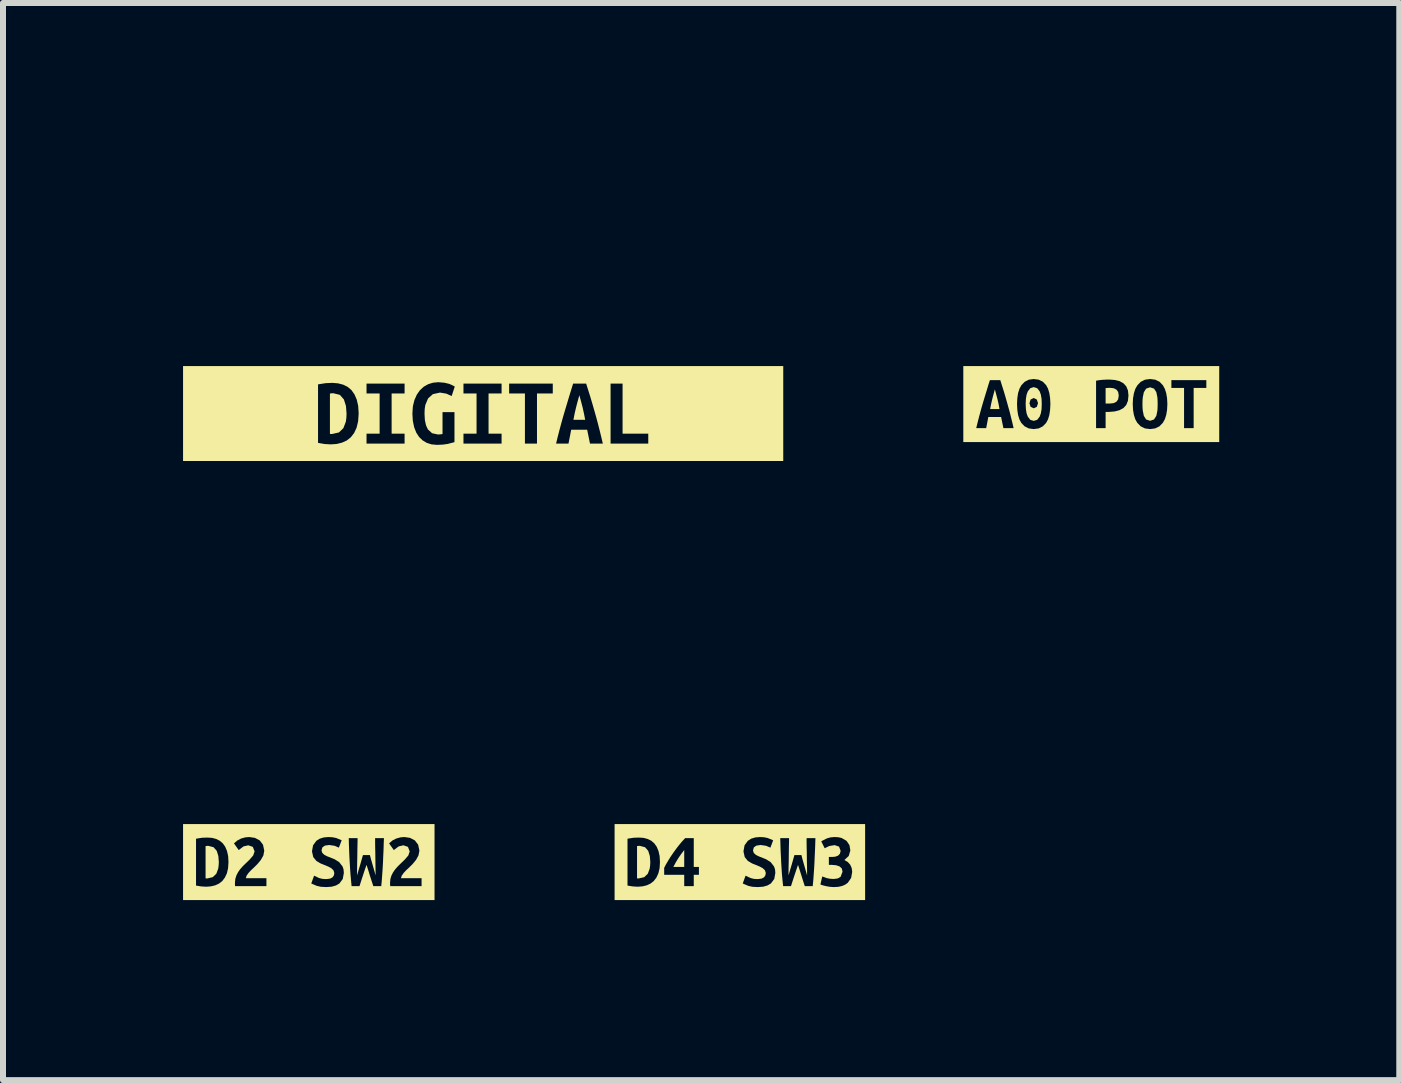
<source format=kicad_pcb>
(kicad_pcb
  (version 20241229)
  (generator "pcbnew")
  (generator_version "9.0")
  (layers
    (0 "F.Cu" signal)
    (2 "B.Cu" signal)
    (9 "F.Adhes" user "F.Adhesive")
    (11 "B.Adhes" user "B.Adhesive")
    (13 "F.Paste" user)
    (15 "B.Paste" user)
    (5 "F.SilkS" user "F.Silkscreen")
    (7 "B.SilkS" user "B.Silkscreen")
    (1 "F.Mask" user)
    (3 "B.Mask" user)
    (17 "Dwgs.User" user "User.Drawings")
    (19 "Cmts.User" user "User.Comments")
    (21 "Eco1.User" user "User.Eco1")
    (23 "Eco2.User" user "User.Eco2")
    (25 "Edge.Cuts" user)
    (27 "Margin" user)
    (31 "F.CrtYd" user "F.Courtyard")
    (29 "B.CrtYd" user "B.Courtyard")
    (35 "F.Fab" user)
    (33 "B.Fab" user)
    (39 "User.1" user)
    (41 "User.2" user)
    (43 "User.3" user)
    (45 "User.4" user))
  (footprint "kibuzzard-67A121DF"
    (layer "F.Cu")
    (at 2.095 11.313)
    (property "Reference" "kibuzzard-67A121DF" (at 0 -3.681 0) (layer "F.SilkS") (effects (font (size 0.001 0.001) (thickness 0.15))))
    (attr board_only exclude_from_pos_files exclude_from_bom)
    (fp_poly (pts (xy -1.72 0.271) (xy -1.706 0.273) (xy -1.692 0.273) (xy -1.601 0.252) (xy -1.541 0.195) (xy -1.509 0.109) (xy -1.502 0.057) (xy -1.499 0) (xy -1.507 -0.101) (xy -1.534 -0.187) (xy -1.587 -0.247) (xy -1.674 -0.27) (xy -1.697 -0.269) (xy -1.72 -0.266) (xy -1.72 0.271)) (stroke (width 0) (type solid)) (fill yes) (layer "F.SilkS"))
    (fp_poly (pts (xy -1.879 -0.633) (xy -2.095 -0.633) (xy -2.095 0.633) (xy -1.879 0.633) (xy -1.709 0.633) (xy -1.709 0.411) (xy -1.792 0.406) (xy -1.879 0.392) (xy -1.879 -0.389) (xy -1.777 -0.405) (xy -1.688 -0.408) (xy -1.612 -0.403) (xy -1.544 -0.385) (xy -1.484 -0.355) (xy -1.433 -0.312) (xy -1.393 -0.256) (xy -1.363 -0.185) (xy -1.344 -0.101) (xy -1.338 0) (xy -1.345 0.103) (xy -1.365 0.189) (xy -1.399 0.26) (xy -1.442 0.317) (xy -1.496 0.359) (xy -1.559 0.388) (xy -1.631 0.405) (xy -1.709 0.411) (xy -1.709 0.633) (xy -0.706 0.633) (xy -0.706 0.401) (xy -1.228 0.401) (xy -1.231 0.368) (xy -1.23 0.341) (xy -1.224 0.279) (xy -1.206 0.222) (xy -1.179 0.17) (xy -1.146 0.122) (xy -1.108 0.078) (xy -1.067 0.037) (xy -1.026 -0.002) (xy -0.988 -0.039) (xy -0.927 -0.109) (xy -0.903 -0.177) (xy -0.933 -0.253) (xy -1.008 -0.279) (xy -1.087 -0.261) (xy -1.168 -0.2) (xy -1.247 -0.311) (xy -1.191 -0.359) (xy -1.128 -0.392) (xy -1.06 -0.411) (xy -0.993 -0.417) (xy -0.898 -0.403) (xy -0.818 -0.361) (xy -0.763 -0.289) (xy -0.742 -0.189) (xy -0.757 -0.109) (xy -0.799 -0.035) (xy -0.857 0.035) (xy -0.923 0.1) (xy -0.962 0.136) (xy -1.003 0.18) (xy -1.036 0.226) (xy -1.049 0.269) (xy -0.706 0.269) (xy -0.706 0.401) (xy -0.706 0.633) (xy 0.289 0.633) (xy 0.289 0.417) (xy 0.2 0.412) (xy 0.131 0.396) (xy 0.041 0.357) (xy 0.088 0.227) (xy 0.171 0.266) (xy 0.225 0.28) (xy 0.289 0.284) (xy 0.356 0.276) (xy 0.398 0.253) (xy 0.419 0.219) (xy 0.425 0.181) (xy 0.411 0.137) (xy 0.375 0.103) (xy 0.326 0.076) (xy 0.271 0.053) (xy 0.196 0.023) (xy 0.126 -0.019) (xy 0.074 -0.083) (xy 0.053 -0.178) (xy 0.071 -0.279) (xy 0.126 -0.354) (xy 0.181 -0.389) (xy 0.248 -0.41) (xy 0.327 -0.417) (xy 0.396 -0.413) (xy 0.456 -0.401) (xy 0.548 -0.363) (xy 0.501 -0.24) (xy 0.43 -0.271) (xy 0.339 -0.284) (xy 0.268 -0.274) (xy 0.226 -0.244) (xy 0.212 -0.193) (xy 0.225 -0.152) (xy 0.258 -0.121) (xy 0.303 -0.097) (xy 0.353 -0.078) (xy 0.431 -0.046) (xy 0.506 0.001) (xy 0.562 0.073) (xy 0.579 0.122) (xy 0.584 0.182) (xy 0.566 0.282) (xy 0.511 0.356) (xy 0.454 0.39) (xy 0.38 0.411) (xy 0.289 0.417) (xy 0.289 0.633) (xy 1.207 0.633) (xy 1.207 0.401) (xy 1.075 0.401) (xy 1.047 0.316) (xy 1.018 0.226) (xy 0.99 0.134) (xy 0.962 0.047) (xy 0.932 0.132) (xy 0.902 0.224) (xy 0.872 0.316) (xy 0.845 0.401) (xy 0.713 0.401) (xy 0.704 0.309) (xy 0.695 0.211) (xy 0.688 0.111) (xy 0.682 0.008) (xy 0.676 -0.095) (xy 0.672 -0.198) (xy 0.668 -0.301) (xy 0.666 -0.399) (xy 0.813 -0.399) (xy 0.812 -0.322) (xy 0.81 -0.242) (xy 0.809 -0.16) (xy 0.808 -0.079) (xy 0.806 0.000323) (xy 0.805 0.078) (xy 0.804 0.153) (xy 0.804 0.222) (xy 0.83 0.132) (xy 0.859 0.035) (xy 0.884 -0.053) (xy 0.902 -0.116) (xy 1.018 -0.116) (xy 1.034 -0.056) (xy 1.057 0.025) (xy 1.084 0.119) (xy 1.113 0.222) (xy 1.112 0.153) (xy 1.111 0.078) (xy 1.11 0.000485) (xy 1.109 -0.079) (xy 1.108 -0.159) (xy 1.106 -0.241) (xy 1.105 -0.322) (xy 1.105 -0.399) (xy 1.252 -0.399) (xy 1.248 -0.3) (xy 1.245 -0.197) (xy 1.24 -0.093) (xy 1.236 0.01) (xy 1.23 0.112) (xy 1.223 0.212) (xy 1.216 0.309) (xy 1.207 0.401) (xy 1.207 0.633) (xy 1.879 0.633) (xy 1.879 0.401) (xy 1.357 0.401) (xy 1.354 0.368) (xy 1.354 0.341) (xy 1.36 0.279) (xy 1.378 0.222) (xy 1.405 0.17) (xy 1.439 0.122) (xy 1.477 0.078) (xy 1.518 0.037) (xy 1.559 -0.002) (xy 1.597 -0.039) (xy 1.658 -0.109) (xy 1.681 -0.177) (xy 1.652 -0.253) (xy 1.577 -0.279) (xy 1.498 -0.261) (xy 1.416 -0.2) (xy 1.338 -0.311) (xy 1.393 -0.359) (xy 1.457 -0.392) (xy 1.525 -0.411) (xy 1.592 -0.417) (xy 1.687 -0.403) (xy 1.767 -0.361) (xy 1.822 -0.289) (xy 1.843 -0.189) (xy 1.827 -0.109) (xy 1.786 -0.035) (xy 1.728 0.035) (xy 1.662 0.1) (xy 1.623 0.136) (xy 1.582 0.18) (xy 1.549 0.226) (xy 1.535 0.269) (xy 1.879 0.269) (xy 1.879 0.401) (xy 1.879 0.633) (xy 2.095 0.633) (xy 2.095 -0.633) (xy 1.879 -0.633) (xy -1.879 -0.633)) (stroke (width 0) (type solid)) (fill yes) (layer "F.SilkS")))
  (footprint "kibuzzard-67A121CB"
    (layer "F.Cu")
    (at 15.132 3.682)
    (property "Reference" "kibuzzard-67A121CB" (at 0 -3.681 0) (layer "F.SilkS") (effects (font (size 0.001 0.001) (thickness 0.15))))
    (attr board_only exclude_from_pos_files exclude_from_bom)
    (fp_poly (pts (xy -1.606 -0.244) (xy -1.63 -0.158) (xy -1.651 -0.078) (xy -1.669 0.001) (xy -1.685 0.084) (xy -1.529 0.084) (xy -1.544 0.001) (xy -1.562 -0.078) (xy -1.583 -0.158) (xy -1.606 -0.244)) (stroke (width 0) (type solid)) (fill yes) (layer "F.SilkS"))
    (fp_poly (pts (xy 0.318 -0.27) (xy 0.279 -0.269) (xy 0.239 -0.266) (xy 0.239 -0.008) (xy 0.304 -0.008) (xy 0.371 -0.015) (xy 0.419 -0.038) (xy 0.448 -0.079) (xy 0.458 -0.142) (xy 0.448 -0.202) (xy 0.419 -0.241) (xy 0.375 -0.263) (xy 0.318 -0.27)) (stroke (width 0) (type solid)) (fill yes) (layer "F.SilkS"))
    (fp_poly (pts (xy 0.853 0) (xy 0.854 0.056) (xy 0.858 0.109) (xy 0.876 0.198) (xy 0.914 0.257) (xy 0.98 0.279) (xy 1.045 0.257) (xy 1.084 0.197) (xy 1.102 0.109) (xy 1.105 0.056) (xy 1.106 0) (xy 1.105 -0.056) (xy 1.102 -0.109) (xy 1.084 -0.198) (xy 1.046 -0.257) (xy 0.98 -0.279) (xy 0.914 -0.257) (xy 0.876 -0.197) (xy 0.858 -0.109) (xy 0.854 -0.056) (xy 0.853 0)) (stroke (width 0) (type solid)) (fill yes) (layer "F.SilkS"))
    (fp_poly (pts (xy -0.825 -0.001) (xy -0.828 -0.085) (xy -0.84 -0.155) (xy -0.859 -0.21) (xy -0.901 -0.264) (xy -0.959 -0.282) (xy -1.016 -0.264) (xy -1.058 -0.21) (xy -1.078 -0.155) (xy -1.089 -0.085) (xy -1.093 -0.001) (xy -1.089 0.084) (xy -1.078 0.154) (xy -1.058 0.209) (xy -1.016 0.263) (xy -0.959 0.28) (xy -0.958 0.28) (xy -0.958 0.071) (xy -1.011 0.046) (xy -1.03 -0.014) (xy -1.011 -0.075) (xy -0.958 -0.101) (xy -0.907 -0.075) (xy -0.887 -0.014) (xy -0.907 0.046) (xy -0.958 0.071) (xy -0.958 0.28) (xy -0.901 0.263) (xy -0.859 0.209) (xy -0.84 0.154) (xy -0.828 0.084) (xy -0.825 -0.001)) (stroke (width 0) (type solid)) (fill yes) (layer "F.SilkS"))
    (fp_poly (pts (xy -1.917 -0.633) (xy -2.132 -0.633) (xy -2.132 0.633) (xy -1.917 0.633) (xy -1.464 0.633) (xy -1.464 0.401) (xy -1.502 0.216) (xy -1.715 0.216) (xy -1.751 0.401) (xy -1.917 0.401) (xy -1.894 0.308) (xy -1.871 0.218) (xy -1.848 0.132) (xy -1.825 0.049) (xy -1.802 -0.03) (xy -1.773 -0.126) (xy -1.744 -0.22) (xy -1.717 -0.311) (xy -1.689 -0.399) (xy -1.516 -0.399) (xy -1.488 -0.31) (xy -1.459 -0.218) (xy -1.431 -0.124) (xy -1.403 -0.026) (xy -1.381 0.054) (xy -1.358 0.136) (xy -1.337 0.222) (xy -1.315 0.31) (xy -1.294 0.401) (xy -1.464 0.401) (xy -1.464 0.633) (xy -0.959 0.633) (xy -0.959 0.417) (xy -1.042 0.406) (xy -1.111 0.371) (xy -1.166 0.314) (xy -1.197 0.256) (xy -1.219 0.184) (xy -1.232 0.098) (xy -1.237 -0.001) (xy -1.232 -0.099) (xy -1.219 -0.184) (xy -1.196 -0.256) (xy -1.164 -0.314) (xy -1.109 -0.371) (xy -1.041 -0.406) (xy -0.959 -0.417) (xy -0.876 -0.406) (xy -0.807 -0.372) (xy -0.752 -0.315) (xy -0.721 -0.257) (xy -0.699 -0.185) (xy -0.686 -0.1) (xy -0.681 -0.001) (xy -0.686 0.098) (xy -0.699 0.184) (xy -0.721 0.256) (xy -0.752 0.314) (xy -0.807 0.371) (xy -0.876 0.406) (xy -0.959 0.417) (xy -0.959 0.633) (xy 0.239 0.633) (xy 0.239 0.401) (xy 0.08 0.401) (xy 0.08 -0.389) (xy 0.132 -0.398) (xy 0.191 -0.404) (xy 0.249 -0.407) (xy 0.3 -0.408) (xy 0.394 -0.401) (xy 0.473 -0.381) (xy 0.536 -0.346) (xy 0.583 -0.295) (xy 0.611 -0.227) (xy 0.62 -0.141) (xy 0.611 -0.054) (xy 0.583 0.015) (xy 0.536 0.067) (xy 0.471 0.102) (xy 0.392 0.123) (xy 0.296 0.131) (xy 0.239 0.131) (xy 0.239 0.401) (xy 0.239 0.633) (xy 0.981 0.633) (xy 0.981 0.417) (xy 0.894 0.406) (xy 0.823 0.371) (xy 0.766 0.312) (xy 0.733 0.253) (xy 0.71 0.181) (xy 0.696 0.097) (xy 0.691 0) (xy 0.696 -0.097) (xy 0.711 -0.181) (xy 0.734 -0.253) (xy 0.768 -0.312) (xy 0.825 -0.371) (xy 0.896 -0.406) (xy 0.98 -0.417) (xy 1.066 -0.406) (xy 1.138 -0.371) (xy 1.194 -0.312) (xy 1.226 -0.253) (xy 1.249 -0.181) (xy 1.263 -0.097) (xy 1.268 0) (xy 1.263 0.097) (xy 1.249 0.181) (xy 1.226 0.253) (xy 1.193 0.312) (xy 1.136 0.371) (xy 1.065 0.406) (xy 0.981 0.417) (xy 0.981 0.633) (xy 1.706 0.633) (xy 1.706 0.401) (xy 1.546 0.401) (xy 1.546 -0.268) (xy 1.335 -0.268) (xy 1.335 -0.399) (xy 1.917 -0.399) (xy 1.917 -0.268) (xy 1.706 -0.268) (xy 1.706 0.401) (xy 1.706 0.633) (xy 1.917 0.633) (xy 2.132 0.633) (xy 2.132 -0.633) (xy 1.917 -0.633) (xy -1.917 -0.633)) (stroke (width 0) (type solid)) (fill yes) (layer "F.SilkS")))
  (footprint "kibuzzard-67A12228"
    (layer "F.Cu")
    (at 9.277 11.313)
    (property "Reference" "kibuzzard-67A12228" (at 0 -3.681 0) (layer "F.SilkS") (effects (font (size 0.001 0.001) (thickness 0.15))))
    (attr board_only exclude_from_pos_files exclude_from_bom)
    (fp_poly (pts (xy -0.927 -0.2) (xy -0.975 -0.137) (xy -1.024 -0.067) (xy -1.069 0.008) (xy -1.108 0.081) (xy -0.927 0.081) (xy -0.927 -0.2)) (stroke (width 0) (type solid)) (fill yes) (layer "F.SilkS"))
    (fp_poly (pts (xy -1.713 0.271) (xy -1.699 0.273) (xy -1.685 0.273) (xy -1.594 0.252) (xy -1.534 0.195) (xy -1.502 0.109) (xy -1.495 0.057) (xy -1.492 0) (xy -1.5 -0.101) (xy -1.527 -0.187) (xy -1.58 -0.247) (xy -1.667 -0.27) (xy -1.69 -0.269) (xy -1.713 -0.266) (xy -1.713 0.271)) (stroke (width 0) (type solid)) (fill yes) (layer "F.SilkS"))
    (fp_poly (pts (xy -1.872 -0.633) (xy -2.087 -0.633) (xy -2.087 0.633) (xy -1.872 0.633) (xy -1.701 0.633) (xy -1.701 0.411) (xy -1.785 0.406) (xy -1.872 0.392) (xy -1.872 -0.389) (xy -1.77 -0.405) (xy -1.681 -0.408) (xy -1.605 -0.403) (xy -1.537 -0.385) (xy -1.476 -0.355) (xy -1.426 -0.312) (xy -1.386 -0.256) (xy -1.356 -0.185) (xy -1.337 -0.101) (xy -1.331 0) (xy -1.337 0.103) (xy -1.358 0.189) (xy -1.391 0.26) (xy -1.435 0.317) (xy -1.489 0.359) (xy -1.552 0.388) (xy -1.623 0.405) (xy -1.701 0.411) (xy -1.701 0.633) (xy -0.768 0.633) (xy -0.768 0.401) (xy -0.927 0.401) (xy -0.927 0.212) (xy -1.261 0.212) (xy -1.261 0.096) (xy -1.233 0.042) (xy -1.197 -0.019) (xy -1.157 -0.084) (xy -1.112 -0.15) (xy -1.064 -0.217) (xy -1.014 -0.282) (xy -0.962 -0.344) (xy -0.911 -0.399) (xy -0.768 -0.399) (xy -0.768 0.081) (xy -0.682 0.081) (xy -0.682 0.212) (xy -0.768 0.212) (xy -0.768 0.401) (xy -0.768 0.633) (xy 0.297 0.633) (xy 0.297 0.417) (xy 0.207 0.412) (xy 0.138 0.396) (xy 0.048 0.357) (xy 0.095 0.227) (xy 0.178 0.266) (xy 0.232 0.28) (xy 0.297 0.284) (xy 0.363 0.276) (xy 0.405 0.253) (xy 0.426 0.219) (xy 0.432 0.181) (xy 0.418 0.137) (xy 0.382 0.103) (xy 0.333 0.076) (xy 0.279 0.053) (xy 0.204 0.023) (xy 0.133 -0.019) (xy 0.081 -0.083) (xy 0.06 -0.178) (xy 0.078 -0.279) (xy 0.133 -0.354) (xy 0.188 -0.389) (xy 0.255 -0.41) (xy 0.334 -0.417) (xy 0.403 -0.413) (xy 0.463 -0.401) (xy 0.555 -0.363) (xy 0.509 -0.24) (xy 0.437 -0.271) (xy 0.346 -0.284) (xy 0.275 -0.274) (xy 0.233 -0.244) (xy 0.219 -0.193) (xy 0.232 -0.152) (xy 0.265 -0.121) (xy 0.31 -0.097) (xy 0.36 -0.078) (xy 0.438 -0.046) (xy 0.513 0.001) (xy 0.569 0.073) (xy 0.586 0.122) (xy 0.591 0.182) (xy 0.573 0.282) (xy 0.518 0.356) (xy 0.461 0.39) (xy 0.387 0.411) (xy 0.297 0.417) (xy 0.297 0.633) (xy 1.214 0.633) (xy 1.214 0.401) (xy 1.082 0.401) (xy 1.054 0.316) (xy 1.026 0.226) (xy 0.997 0.134) (xy 0.969 0.047) (xy 0.94 0.132) (xy 0.909 0.224) (xy 0.879 0.316) (xy 0.852 0.401) (xy 0.721 0.401) (xy 0.711 0.309) (xy 0.702 0.211) (xy 0.695 0.111) (xy 0.689 0.008) (xy 0.684 -0.095) (xy 0.679 -0.198) (xy 0.676 -0.301) (xy 0.673 -0.399) (xy 0.82 -0.399) (xy 0.819 -0.322) (xy 0.817 -0.242) (xy 0.816 -0.16) (xy 0.815 -0.079) (xy 0.814 0.000323) (xy 0.812 0.078) (xy 0.811 0.153) (xy 0.811 0.222) (xy 0.837 0.132) (xy 0.866 0.035) (xy 0.891 -0.053) (xy 0.909 -0.116) (xy 1.026 -0.116) (xy 1.041 -0.056) (xy 1.064 0.025) (xy 1.091 0.119) (xy 1.12 0.222) (xy 1.12 0.153) (xy 1.119 0.078) (xy 1.117 0.000485) (xy 1.116 -0.079) (xy 1.115 -0.159) (xy 1.113 -0.241) (xy 1.112 -0.322) (xy 1.112 -0.399) (xy 1.259 -0.399) (xy 1.256 -0.3) (xy 1.252 -0.197) (xy 1.247 -0.093) (xy 1.243 0.01) (xy 1.237 0.112) (xy 1.23 0.212) (xy 1.223 0.309) (xy 1.214 0.401) (xy 1.214 0.633) (xy 1.564 0.633) (xy 1.564 0.417) (xy 1.502 0.413) (xy 1.438 0.402) (xy 1.382 0.388) (xy 1.342 0.374) (xy 1.373 0.24) (xy 1.45 0.268) (xy 1.502 0.278) (xy 1.563 0.282) (xy 1.632 0.273) (xy 1.678 0.247) (xy 1.711 0.16) (xy 1.698 0.106) (xy 1.66 0.072) (xy 1.603 0.053) (xy 1.532 0.047) (xy 1.483 0.047) (xy 1.483 -0.085) (xy 1.542 -0.085) (xy 1.592 -0.09) (xy 1.636 -0.107) (xy 1.667 -0.138) (xy 1.679 -0.187) (xy 1.653 -0.257) (xy 1.58 -0.282) (xy 1.49 -0.267) (xy 1.413 -0.23) (xy 1.356 -0.346) (xy 1.449 -0.394) (xy 1.51 -0.411) (xy 1.579 -0.417) (xy 1.642 -0.413) (xy 1.696 -0.401) (xy 1.778 -0.353) (xy 1.826 -0.282) (xy 1.841 -0.193) (xy 1.814 -0.101) (xy 1.742 -0.034) (xy 1.797 -0.002) (xy 1.838 0.043) (xy 1.863 0.098) (xy 1.872 0.163) (xy 1.854 0.265) (xy 1.798 0.346) (xy 1.756 0.376) (xy 1.703 0.399) (xy 1.639 0.413) (xy 1.564 0.417) (xy 1.564 0.633) (xy 1.872 0.633) (xy 2.087 0.633) (xy 2.087 -0.633) (xy 1.872 -0.633) (xy -1.872 -0.633)) (stroke (width 0) (type solid)) (fill yes) (layer "F.SilkS")))
  (footprint "kibuzzard-67A1FC5E"
    (layer "F.Cu")
    (at 5 3.84)
    (property "Reference" "kibuzzard-67A1FC5E" (at 0 -3.839 0) (layer "F.SilkS") (effects (font (size 0.001 0.001) (thickness 0.15))))
    (attr board_only exclude_from_pos_files exclude_from_bom)
    (fp_poly (pts (xy 1.603 -0.305) (xy 1.573 -0.198) (xy 1.547 -0.098) (xy 1.524 0.002) (xy 1.504 0.105) (xy 1.7 0.105) (xy 1.68 0.002) (xy 1.658 -0.098) (xy 1.632 -0.198) (xy 1.603 -0.305)) (stroke (width 0) (type solid)) (fill yes) (layer "F.SilkS"))
    (fp_poly (pts (xy -2.553 0.339) (xy -2.535 0.341) (xy -2.517 0.341) (xy -2.403 0.315) (xy -2.329 0.244) (xy -2.288 0.137) (xy -2.279 0.071) (xy -2.276 0) (xy -2.286 -0.126) (xy -2.32 -0.234) (xy -2.386 -0.309) (xy -2.494 -0.338) (xy -2.523 -0.337) (xy -2.553 -0.333) (xy -2.553 0.339)) (stroke (width 0) (type solid)) (fill yes) (layer "F.SilkS"))
    (fp_poly (pts (xy -5 -0.791) (xy -5 -0.791) (xy -5 0.791) (xy -5 0.791) (xy -2.538 0.791) (xy -2.538 0.514) (xy -2.642 0.508) (xy -2.751 0.489) (xy -2.751 -0.486) (xy -2.624 -0.506) (xy -2.512 -0.511) (xy -2.418 -0.503) (xy -2.332 -0.481) (xy -2.257 -0.444) (xy -2.194 -0.39) (xy -2.144 -0.319) (xy -2.106 -0.232) (xy -2.082 -0.126) (xy -2.074 0) (xy -2.083 0.129) (xy -2.109 0.237) (xy -2.15 0.325) (xy -2.205 0.396) (xy -2.272 0.449) (xy -2.351 0.485) (xy -2.44 0.507) (xy -2.538 0.514) (xy -2.538 0.791) (xy -1.943 0.791) (xy -1.943 0.501) (xy -1.943 0.336) (xy -1.725 0.336) (xy -1.725 -0.334) (xy -1.943 -0.334) (xy -1.943 -0.499) (xy -1.309 -0.499) (xy -1.309 -0.334) (xy -1.525 -0.334) (xy -1.525 0.336) (xy -1.309 0.336) (xy -1.309 0.501) (xy -1.943 0.501) (xy -1.943 0.791) (xy -0.771 0.791) (xy -0.771 0.522) (xy -0.86 0.514) (xy -0.939 0.489) (xy -1.009 0.447) (xy -1.068 0.39) (xy -1.115 0.317) (xy -1.15 0.227) (xy -1.172 0.121) (xy -1.179 0) (xy -1.171 -0.12) (xy -1.145 -0.225) (xy -1.105 -0.315) (xy -1.053 -0.389) (xy -0.99 -0.447) (xy -0.916 -0.489) (xy -0.834 -0.514) (xy -0.746 -0.522) (xy -0.642 -0.513) (xy -0.562 -0.493) (xy -0.506 -0.468) (xy -0.473 -0.449) (xy -0.525 -0.291) (xy -0.612 -0.331) (xy -0.719 -0.349) (xy -0.838 -0.323) (xy -0.918 -0.251) (xy -0.964 -0.141) (xy -0.974 -0.074) (xy -0.977 0) (xy -0.971 0.109) (xy -0.952 0.197) (xy -0.921 0.264) (xy -0.851 0.328) (xy -0.754 0.349) (xy -0.716 0.347) (xy -0.677 0.342) (xy -0.677 -0.023) (xy -0.478 -0.023) (xy -0.478 0.477) (xy -0.589 0.506) (xy -0.672 0.518) (xy -0.771 0.522) (xy -0.771 0.791) (xy -0.328 0.791) (xy -0.328 0.501) (xy -0.328 0.336) (xy -0.11 0.336) (xy -0.11 -0.334) (xy -0.328 -0.334) (xy -0.328 -0.499) (xy 0.307 -0.499) (xy 0.307 -0.334) (xy 0.09 -0.334) (xy 0.09 0.336) (xy 0.307 0.336) (xy 0.307 0.501) (xy -0.328 0.501) (xy -0.328 0.791) (xy 0.897 0.791) (xy 0.897 0.501) (xy 0.696 0.501) (xy 0.696 -0.334) (xy 0.433 -0.334) (xy 0.433 -0.499) (xy 1.16 -0.499) (xy 1.16 -0.334) (xy 0.897 -0.334) (xy 0.897 0.501) (xy 0.897 0.791) (xy 1.78 0.791) (xy 1.78 0.501) (xy 1.733 0.27) (xy 1.467 0.27) (xy 1.422 0.501) (xy 1.215 0.501) (xy 1.243 0.385) (xy 1.272 0.273) (xy 1.301 0.165) (xy 1.33 0.061) (xy 1.359 -0.038) (xy 1.395 -0.158) (xy 1.43 -0.275) (xy 1.465 -0.389) (xy 1.499 -0.499) (xy 1.716 -0.499) (xy 1.751 -0.388) (xy 1.787 -0.273) (xy 1.822 -0.155) (xy 1.857 -0.033) (xy 1.885 0.067) (xy 1.913 0.171) (xy 1.94 0.277) (xy 1.967 0.387) (xy 1.994 0.501) (xy 1.78 0.501) (xy 1.78 0.791) (xy 2.751 0.791) (xy 2.751 0.501) (xy 2.123 0.501) (xy 2.123 -0.499) (xy 2.323 -0.499) (xy 2.323 0.336) (xy 2.751 0.336) (xy 2.751 0.501) (xy 2.751 0.791) (xy 5 0.791) (xy 5 0.791) (xy 5 -0.791) (xy 5 -0.791) (xy -5 -0.791)) (stroke (width 0) (type solid)) (fill yes) (layer "F.SilkS")))
  (gr_rect
    (start -3 -3)
    (end 20.264 14.946)
    (stroke (width 0.1) (type default))
    (fill no)
    (layer "Edge.Cuts")))
</source>
